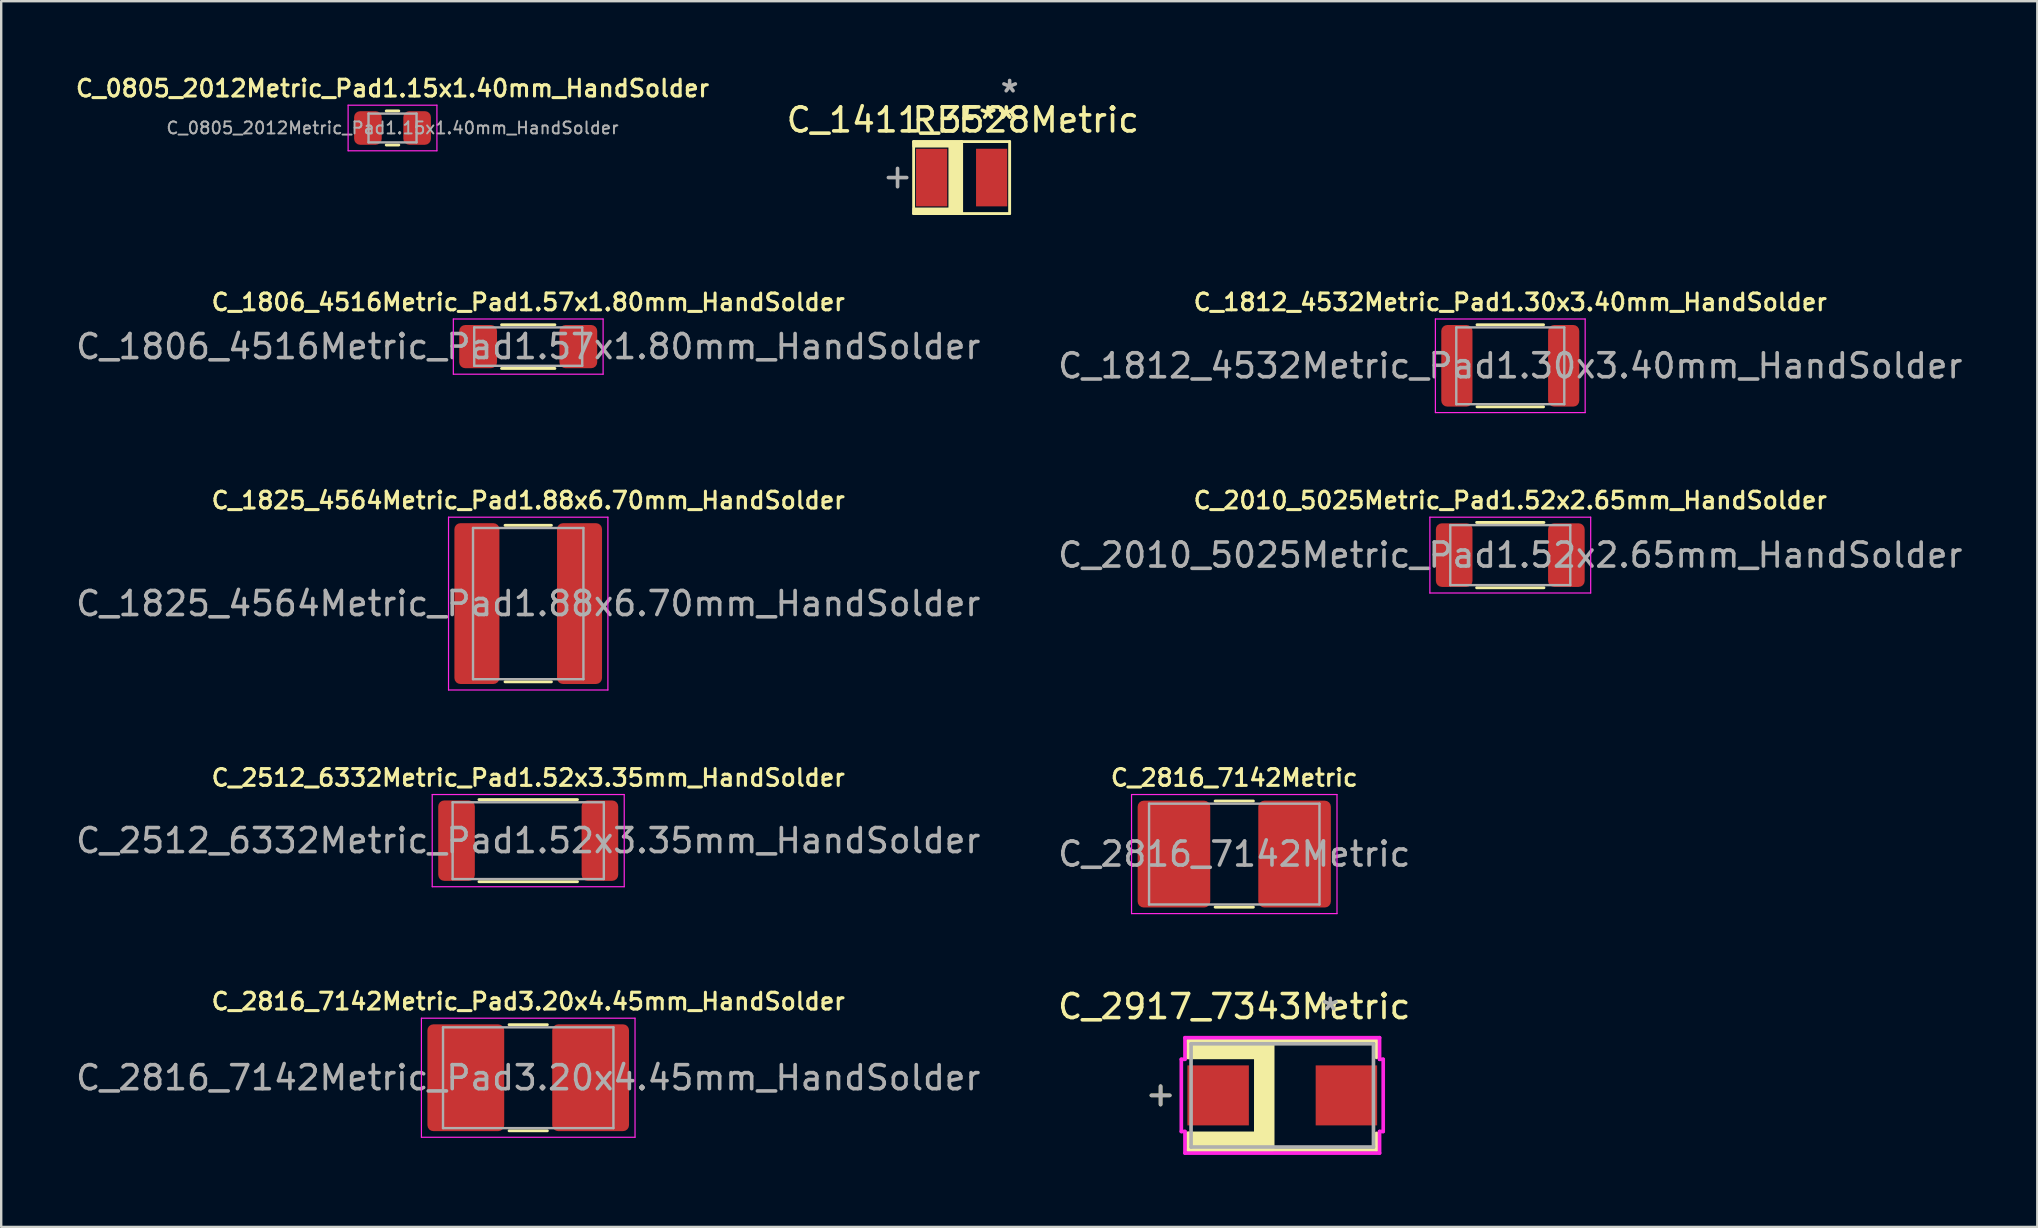
<source format=kicad_pcb>
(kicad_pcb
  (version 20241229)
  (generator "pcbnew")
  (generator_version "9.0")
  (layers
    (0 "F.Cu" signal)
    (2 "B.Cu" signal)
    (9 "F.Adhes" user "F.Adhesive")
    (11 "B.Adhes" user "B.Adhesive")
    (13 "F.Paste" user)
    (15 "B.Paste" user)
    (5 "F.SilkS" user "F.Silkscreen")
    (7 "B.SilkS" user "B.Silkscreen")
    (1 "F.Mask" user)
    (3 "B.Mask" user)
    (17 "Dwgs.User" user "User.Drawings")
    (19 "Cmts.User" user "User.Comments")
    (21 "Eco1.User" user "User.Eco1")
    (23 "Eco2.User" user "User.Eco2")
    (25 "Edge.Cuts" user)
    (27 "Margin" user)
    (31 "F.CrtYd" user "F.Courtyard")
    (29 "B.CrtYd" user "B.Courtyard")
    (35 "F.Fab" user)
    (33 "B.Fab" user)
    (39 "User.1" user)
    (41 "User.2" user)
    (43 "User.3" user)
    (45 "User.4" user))
  (footprint "C_0805_2012Metric_Pad1.15x1.40mm_HandSolder"
    (layer "F.Cu")
    (at 13.304 2.282)
    (property "Reference" "C_0805_2012Metric_Pad1.15x1.40mm_HandSolder" (at 0 -1.65 0) (layer "F.SilkS") (effects (font (size 0.7 0.7) (thickness 0.127))))
    (attr smd)
    (fp_line (start -0.261 -0.71) (end 0.261 -0.71) (stroke (width 0.12) (type solid)) (layer "F.SilkS"))
    (fp_line (start -0.261 0.71) (end 0.261 0.71) (stroke (width 0.12) (type solid)) (layer "F.SilkS"))
    (fp_line (start -1.85 -0.95) (end 1.85 -0.95) (stroke (width 0.05) (type solid)) (layer "F.CrtYd"))
    (fp_line (start -1.85 0.95) (end -1.85 -0.95) (stroke (width 0.05) (type solid)) (layer "F.CrtYd"))
    (fp_line (start 1.85 -0.95) (end 1.85 0.95) (stroke (width 0.05) (type solid)) (layer "F.CrtYd"))
    (fp_line (start 1.85 0.95) (end -1.85 0.95) (stroke (width 0.05) (type solid)) (layer "F.CrtYd"))
    (fp_line (start -1 -0.6) (end 1 -0.6) (stroke (width 0.1) (type solid)) (layer "F.Fab"))
    (fp_line (start -1 0.6) (end -1 -0.6) (stroke (width 0.1) (type solid)) (layer "F.Fab"))
    (fp_line (start 1 -0.6) (end 1 0.6) (stroke (width 0.1) (type solid)) (layer "F.Fab"))
    (fp_line (start 1 0.6) (end -1 0.6) (stroke (width 0.1) (type solid)) (layer "F.Fab"))
    (fp_text user "${REFERENCE}" (at 0 0 0) (layer "F.Fab") (effects (font (size 0.5 0.5) (thickness 0.08))))
    (pad "1" smd roundrect (at -1.025 0) (size 1.15 1.4) (layers "F.Cu" "F.Mask" "F.Paste") (roundrect_rratio 0.217))
    (pad "2" smd roundrect (at 1.025 0) (size 1.15 1.4) (layers "F.Cu" "F.Mask" "F.Paste") (roundrect_rratio 0.217)))
  (footprint "C_1806_4516Metric_Pad1.57x1.80mm_HandSolder"
    (layer "F.Cu")
    (at 18.958 11.391)
    (property "Reference" "C_1806_4516Metric_Pad1.57x1.80mm_HandSolder" (at 0 -1.85 0) (layer "F.SilkS") (effects (font (size 0.7 0.7) (thickness 0.127))))
    (attr smd)
    (fp_line (start -1.111 -0.91) (end 1.111 -0.91) (stroke (width 0.12) (type solid)) (layer "F.SilkS"))
    (fp_line (start -1.111 0.91) (end 1.111 0.91) (stroke (width 0.12) (type solid)) (layer "F.SilkS"))
    (fp_line (start -3.12 -1.15) (end 3.12 -1.15) (stroke (width 0.05) (type solid)) (layer "F.CrtYd"))
    (fp_line (start -3.12 1.15) (end -3.12 -1.15) (stroke (width 0.05) (type solid)) (layer "F.CrtYd"))
    (fp_line (start 3.12 -1.15) (end 3.12 1.15) (stroke (width 0.05) (type solid)) (layer "F.CrtYd"))
    (fp_line (start 3.12 1.15) (end -3.12 1.15) (stroke (width 0.05) (type solid)) (layer "F.CrtYd"))
    (fp_line (start -2.25 -0.8) (end 2.25 -0.8) (stroke (width 0.1) (type solid)) (layer "F.Fab"))
    (fp_line (start -2.25 0.8) (end -2.25 -0.8) (stroke (width 0.1) (type solid)) (layer "F.Fab"))
    (fp_line (start 2.25 -0.8) (end 2.25 0.8) (stroke (width 0.1) (type solid)) (layer "F.Fab"))
    (fp_line (start 2.25 0.8) (end -2.25 0.8) (stroke (width 0.1) (type solid)) (layer "F.Fab"))
    (fp_text user "${REFERENCE}" (at 0 0 0) (layer "F.Fab") (effects (font (size 1 1) (thickness 0.15))))
    (pad "1" smd roundrect (at -2.087 0) (size 1.575 1.8) (layers "F.Cu" "F.Mask" "F.Paste") (roundrect_rratio 0.159))
    (pad "2" smd roundrect (at 2.087 0) (size 1.575 1.8) (layers "F.Cu" "F.Mask" "F.Paste") (roundrect_rratio 0.159)))
  (footprint "C_1825_4564Metric_Pad1.88x6.70mm_HandSolder"
    (layer "F.Cu")
    (at 18.958 22.098)
    (property "Reference" "C_1825_4564Metric_Pad1.88x6.70mm_HandSolder" (at 0 -4.3 0) (layer "F.SilkS") (effects (font (size 0.7 0.7) (thickness 0.127))))
    (attr smd)
    (fp_line (start -0.966 -3.26) (end 0.966 -3.26) (stroke (width 0.12) (type solid)) (layer "F.SilkS"))
    (fp_line (start -0.966 3.26) (end 0.966 3.26) (stroke (width 0.12) (type solid)) (layer "F.SilkS"))
    (fp_line (start -3.32 -3.6) (end 3.32 -3.6) (stroke (width 0.05) (type solid)) (layer "F.CrtYd"))
    (fp_line (start -3.32 3.6) (end -3.32 -3.6) (stroke (width 0.05) (type solid)) (layer "F.CrtYd"))
    (fp_line (start 3.32 -3.6) (end 3.32 3.6) (stroke (width 0.05) (type solid)) (layer "F.CrtYd"))
    (fp_line (start 3.32 3.6) (end -3.32 3.6) (stroke (width 0.05) (type solid)) (layer "F.CrtYd"))
    (fp_line (start -2.3 -3.15) (end 2.3 -3.15) (stroke (width 0.1) (type solid)) (layer "F.Fab"))
    (fp_line (start -2.3 3.15) (end -2.3 -3.15) (stroke (width 0.1) (type solid)) (layer "F.Fab"))
    (fp_line (start 2.3 -3.15) (end 2.3 3.15) (stroke (width 0.1) (type solid)) (layer "F.Fab"))
    (fp_line (start 2.3 3.15) (end -2.3 3.15) (stroke (width 0.1) (type solid)) (layer "F.Fab"))
    (fp_text user "${REFERENCE}" (at 0 0 0) (layer "F.Fab") (effects (font (size 1 1) (thickness 0.15))))
    (pad "1" smd roundrect (at -2.138 0) (size 1.875 6.7) (layers "F.Cu" "F.Mask" "F.Paste") (roundrect_rratio 0.133))
    (pad "2" smd roundrect (at 2.138 0) (size 1.875 6.7) (layers "F.Cu" "F.Mask" "F.Paste") (roundrect_rratio 0.133)))
  (footprint "C_2010_5025Metric_Pad1.52x2.65mm_HandSolder"
    (layer "F.Cu")
    (at 59.875 20.078)
    (property "Reference" "C_2010_5025Metric_Pad1.52x2.65mm_HandSolder" (at 0 -2.28 0) (layer "F.SilkS") (effects (font (size 0.7 0.7) (thickness 0.127))))
    (attr smd)
    (fp_line (start -1.402 -1.36) (end 1.402 -1.36) (stroke (width 0.12) (type solid)) (layer "F.SilkS"))
    (fp_line (start -1.402 1.36) (end 1.402 1.36) (stroke (width 0.12) (type solid)) (layer "F.SilkS"))
    (fp_line (start -3.35 -1.58) (end 3.35 -1.58) (stroke (width 0.05) (type solid)) (layer "F.CrtYd"))
    (fp_line (start -3.35 1.58) (end -3.35 -1.58) (stroke (width 0.05) (type solid)) (layer "F.CrtYd"))
    (fp_line (start 3.35 -1.58) (end 3.35 1.58) (stroke (width 0.05) (type solid)) (layer "F.CrtYd"))
    (fp_line (start 3.35 1.58) (end -3.35 1.58) (stroke (width 0.05) (type solid)) (layer "F.CrtYd"))
    (fp_line (start -2.5 -1.25) (end 2.5 -1.25) (stroke (width 0.1) (type solid)) (layer "F.Fab"))
    (fp_line (start -2.5 1.25) (end -2.5 -1.25) (stroke (width 0.1) (type solid)) (layer "F.Fab"))
    (fp_line (start 2.5 -1.25) (end 2.5 1.25) (stroke (width 0.1) (type solid)) (layer "F.Fab"))
    (fp_line (start 2.5 1.25) (end -2.5 1.25) (stroke (width 0.1) (type solid)) (layer "F.Fab"))
    (fp_text user "${REFERENCE}" (at 0 0 0) (layer "F.Fab") (effects (font (size 1 1) (thickness 0.15))))
    (pad "1" smd roundrect (at -2.337 0) (size 1.525 2.65) (layers "F.Cu" "F.Mask" "F.Paste") (roundrect_rratio 0.164))
    (pad "2" smd roundrect (at 2.337 0) (size 1.525 2.65) (layers "F.Cu" "F.Mask" "F.Paste") (roundrect_rratio 0.164)))
  (footprint "C_2816_7142Metric_Pad3.20x4.45mm_HandSolder"
    (layer "F.Cu")
    (at 18.958 41.853)
    (property "Reference" "C_2816_7142Metric_Pad3.20x4.45mm_HandSolder" (at 0 -3.18 0) (layer "F.SilkS") (effects (font (size 0.7 0.7) (thickness 0.127))))
    (attr smd)
    (fp_line (start -0.797 -2.21) (end 0.797 -2.21) (stroke (width 0.12) (type solid)) (layer "F.SilkS"))
    (fp_line (start -0.797 2.21) (end 0.797 2.21) (stroke (width 0.12) (type solid)) (layer "F.SilkS"))
    (fp_line (start -4.45 -2.48) (end 4.45 -2.48) (stroke (width 0.05) (type solid)) (layer "F.CrtYd"))
    (fp_line (start -4.45 2.48) (end -4.45 -2.48) (stroke (width 0.05) (type solid)) (layer "F.CrtYd"))
    (fp_line (start 4.45 -2.48) (end 4.45 2.48) (stroke (width 0.05) (type solid)) (layer "F.CrtYd"))
    (fp_line (start 4.45 2.48) (end -4.45 2.48) (stroke (width 0.05) (type solid)) (layer "F.CrtYd"))
    (fp_line (start -3.55 -2.1) (end 3.55 -2.1) (stroke (width 0.1) (type solid)) (layer "F.Fab"))
    (fp_line (start -3.55 2.1) (end -3.55 -2.1) (stroke (width 0.1) (type solid)) (layer "F.Fab"))
    (fp_line (start 3.55 -2.1) (end 3.55 2.1) (stroke (width 0.1) (type solid)) (layer "F.Fab"))
    (fp_line (start 3.55 2.1) (end -3.55 2.1) (stroke (width 0.1) (type solid)) (layer "F.Fab"))
    (fp_text user "${REFERENCE}" (at 0 0 0) (layer "F.Fab") (effects (font (size 1 1) (thickness 0.15))))
    (pad "1" smd roundrect (at -2.6 0) (size 3.2 4.45) (layers "F.Cu" "F.Mask" "F.Paste") (roundrect_rratio 0.078))
    (pad "2" smd roundrect (at 2.6 0) (size 3.2 4.45) (layers "F.Cu" "F.Mask" "F.Paste") (roundrect_rratio 0.078)))
  (footprint "C_1411_3528Metric"
    (layer "F.Cu")
    (at 37.016 4.348)
    (property "Reference" "C_1411_3528Metric" (at 0.05 -2.4 0) (layer "F.SilkS") (effects (font (size 1 1) (thickness 0.15))))
    (attr through_hole)
    (fp_line (start -2 -1.5) (end -2 1.5) (stroke (width 0.12) (type solid)) (layer "F.SilkS"))
    (fp_line (start -2 1.5) (end 0 1.5) (stroke (width 0.12) (type solid)) (layer "F.SilkS"))
    (fp_line (start 0 1.5) (end 0 -1.5) (stroke (width 0.12) (type solid)) (layer "F.SilkS"))
    (fp_line (start 0 1.5) (end 2 1.5) (stroke (width 0.12) (type solid)) (layer "F.SilkS"))
    (fp_line (start 2 -1.5) (end -2 -1.5) (stroke (width 0.12) (type solid)) (layer "F.SilkS"))
    (fp_line (start 2 1.5) (end 2 -1.5) (stroke (width 0.12) (type solid)) (layer "F.SilkS"))
    (fp_poly (pts (xy -2 1.3) (xy -0.5 1.3) (xy -0.5 -1.3) (xy -2 -1.3) (xy -2 -1.5) (xy 0 -1.5) (xy 0 1.5) (xy -2 1.5)) (stroke (width 0.1) (type solid)) (fill yes) (layer "F.SilkS"))
    (fp_line (start -2.67 -0.381) (end -2.67 0.381) (stroke (width 0.152) (type solid)) (layer "F.Fab"))
    (fp_line (start -2.289 0) (end -3.051 0) (stroke (width 0.152) (type solid)) (layer "F.Fab"))
    (fp_text user "REF**" (at 0.1 -2.4 0) (layer "F.SilkS") (effects (font (size 1 1) (thickness 0.15))))
    (fp_text user "Copyright 2016 Accelerated Designs. All rights reserved." (at 0 0 0) (layer "Cmts.User") (effects (font (size 0.127 0.127) (thickness 0.002))))
    (fp_text user "*" (at 2 -3.5 0) (layer "F.Fab") (effects (font (size 1 1) (thickness 0.15))))
    (pad "1" smd rect (at -1.25 0 90) (size 2.4 1.3) (layers "F.Cu" "F.Mask" "F.Paste"))
    (pad "2" smd rect (at 1.25 0 90) (size 2.4 1.3) (layers "F.Cu" "F.Mask" "F.Paste")))
  (footprint "C_2512_6332Metric_Pad1.52x3.35mm_HandSolder"
    (layer "F.Cu")
    (at 18.958 31.975)
    (property "Reference" "C_2512_6332Metric_Pad1.52x3.35mm_HandSolder" (at 0 -2.62 0) (layer "F.SilkS") (effects (font (size 0.7 0.7) (thickness 0.127))))
    (attr smd)
    (fp_line (start -2.052 -1.71) (end 2.052 -1.71) (stroke (width 0.12) (type solid)) (layer "F.SilkS"))
    (fp_line (start -2.052 1.71) (end 2.052 1.71) (stroke (width 0.12) (type solid)) (layer "F.SilkS"))
    (fp_line (start -4 -1.92) (end 4 -1.92) (stroke (width 0.05) (type solid)) (layer "F.CrtYd"))
    (fp_line (start -4 1.92) (end -4 -1.92) (stroke (width 0.05) (type solid)) (layer "F.CrtYd"))
    (fp_line (start 4 -1.92) (end 4 1.92) (stroke (width 0.05) (type solid)) (layer "F.CrtYd"))
    (fp_line (start 4 1.92) (end -4 1.92) (stroke (width 0.05) (type solid)) (layer "F.CrtYd"))
    (fp_line (start -3.15 -1.6) (end 3.15 -1.6) (stroke (width 0.1) (type solid)) (layer "F.Fab"))
    (fp_line (start -3.15 1.6) (end -3.15 -1.6) (stroke (width 0.1) (type solid)) (layer "F.Fab"))
    (fp_line (start 3.15 -1.6) (end 3.15 1.6) (stroke (width 0.1) (type solid)) (layer "F.Fab"))
    (fp_line (start 3.15 1.6) (end -3.15 1.6) (stroke (width 0.1) (type solid)) (layer "F.Fab"))
    (fp_text user "${REFERENCE}" (at 0 0 0) (layer "F.Fab") (effects (font (size 1 1) (thickness 0.15))))
    (pad "1" smd roundrect (at -2.987 0) (size 1.525 3.35) (layers "F.Cu" "F.Mask" "F.Paste") (roundrect_rratio 0.164))
    (pad "2" smd roundrect (at 2.987 0) (size 1.525 3.35) (layers "F.Cu" "F.Mask" "F.Paste") (roundrect_rratio 0.164)))
  (footprint "C_2816_7142Metric"
    (layer "F.Cu")
    (at 48.375 32.535)
    (property "Reference" "C_2816_7142Metric" (at 0 -3.18 0) (layer "F.SilkS") (effects (font (size 0.7 0.7) (thickness 0.127))))
    (attr smd)
    (fp_line (start -0.797 -2.21) (end 0.797 -2.21) (stroke (width 0.12) (type solid)) (layer "F.SilkS"))
    (fp_line (start -0.797 2.21) (end 0.797 2.21) (stroke (width 0.12) (type solid)) (layer "F.SilkS"))
    (fp_line (start -4.28 -2.48) (end 4.28 -2.48) (stroke (width 0.05) (type solid)) (layer "F.CrtYd"))
    (fp_line (start -4.28 2.48) (end -4.28 -2.48) (stroke (width 0.05) (type solid)) (layer "F.CrtYd"))
    (fp_line (start 4.28 -2.48) (end 4.28 2.48) (stroke (width 0.05) (type solid)) (layer "F.CrtYd"))
    (fp_line (start 4.28 2.48) (end -4.28 2.48) (stroke (width 0.05) (type solid)) (layer "F.CrtYd"))
    (fp_line (start -3.55 -2.1) (end 3.55 -2.1) (stroke (width 0.1) (type solid)) (layer "F.Fab"))
    (fp_line (start -3.55 2.1) (end -3.55 -2.1) (stroke (width 0.1) (type solid)) (layer "F.Fab"))
    (fp_line (start 3.55 -2.1) (end 3.55 2.1) (stroke (width 0.1) (type solid)) (layer "F.Fab"))
    (fp_line (start 3.55 2.1) (end -3.55 2.1) (stroke (width 0.1) (type solid)) (layer "F.Fab"))
    (fp_text user "${REFERENCE}" (at 0 0 0) (layer "F.Fab") (effects (font (size 1 1) (thickness 0.15))))
    (pad "1" smd roundrect (at -2.513 0) (size 3.025 4.45) (layers "F.Cu" "F.Mask" "F.Paste") (roundrect_rratio 0.083))
    (pad "2" smd roundrect (at 2.513 0) (size 3.025 4.45) (layers "F.Cu" "F.Mask" "F.Paste") (roundrect_rratio 0.083)))
  (footprint "C_2917_7343Metric"
    (layer "F.Cu")
    (at 50.375 42.589)
    (property "Reference" "C_2917_7343Metric" (at -2 -3.7 0) (layer "F.SilkS") (effects (font (size 1 1) (thickness 0.15))))
    (attr through_hole)
    (fp_line (start -5.07 -0.381) (end -5.07 0.381) (stroke (width 0.152) (type solid)) (layer "F.SilkS"))
    (fp_line (start -4.689 0) (end -5.451 0) (stroke (width 0.152) (type solid)) (layer "F.SilkS"))
    (fp_line (start -3.927 -2.277) (end -3.927 -1.583) (stroke (width 0.152) (type solid)) (layer "F.SilkS"))
    (fp_line (start -3.927 -1.583) (end -1.1 -1.583) (stroke (width 0.152) (type solid)) (layer "F.SilkS"))
    (fp_line (start -3.927 1.583) (end -3.927 2.277) (stroke (width 0.152) (type solid)) (layer "F.SilkS"))
    (fp_line (start -3.927 2.277) (end 3.927 2.277) (stroke (width 0.152) (type solid)) (layer "F.SilkS"))
    (fp_line (start -1.127 1.583) (end -3.927 1.583) (stroke (width 0.152) (type solid)) (layer "F.SilkS"))
    (fp_line (start -1.1 -1.583) (end -1.1 1.6) (stroke (width 0.152) (type solid)) (layer "F.SilkS"))
    (fp_line (start -0.4 -2.2) (end -0.4 2.2) (stroke (width 0.152) (type solid)) (layer "F.SilkS"))
    (fp_line (start 3.927 -2.277) (end -3.927 -2.277) (stroke (width 0.152) (type solid)) (layer "F.SilkS"))
    (fp_line (start 3.927 -1.583) (end 3.927 -2.277) (stroke (width 0.152) (type solid)) (layer "F.SilkS"))
    (fp_line (start 3.927 2.277) (end 3.927 1.583) (stroke (width 0.152) (type solid)) (layer "F.SilkS"))
    (fp_poly (pts (xy -3.9 1.6) (xy -1.127 1.583) (xy -1.1 -1.583) (xy -3.9 -1.6) (xy -3.927 -2.277) (xy -0.4 -2.3) (xy -0.4 2.3) (xy -3.9 2.3) (xy -3.927 1.583)) (stroke (width 0.1) (type solid)) (fill yes) (layer "F.SilkS"))
    (fp_line (start -4.206 -1.504) (end -4.054 -1.504) (stroke (width 0.152) (type solid)) (layer "F.CrtYd"))
    (fp_line (start -4.206 1.504) (end -4.206 -1.504) (stroke (width 0.152) (type solid)) (layer "F.CrtYd"))
    (fp_line (start -4.054 -2.404) (end 4.054 -2.404) (stroke (width 0.152) (type solid)) (layer "F.CrtYd"))
    (fp_line (start -4.054 -1.504) (end -4.054 -2.404) (stroke (width 0.152) (type solid)) (layer "F.CrtYd"))
    (fp_line (start -4.054 1.504) (end -4.206 1.504) (stroke (width 0.152) (type solid)) (layer "F.CrtYd"))
    (fp_line (start -4.054 2.404) (end -4.054 1.504) (stroke (width 0.152) (type solid)) (layer "F.CrtYd"))
    (fp_line (start 4.054 -2.404) (end 4.054 -1.504) (stroke (width 0.152) (type solid)) (layer "F.CrtYd"))
    (fp_line (start 4.054 -1.504) (end 4.206 -1.504) (stroke (width 0.152) (type solid)) (layer "F.CrtYd"))
    (fp_line (start 4.054 1.504) (end 4.054 2.404) (stroke (width 0.152) (type solid)) (layer "F.CrtYd"))
    (fp_line (start 4.054 2.404) (end -4.054 2.404) (stroke (width 0.152) (type solid)) (layer "F.CrtYd"))
    (fp_line (start 4.206 -1.504) (end 4.206 1.504) (stroke (width 0.152) (type solid)) (layer "F.CrtYd"))
    (fp_line (start 4.206 1.504) (end 4.054 1.504) (stroke (width 0.152) (type solid)) (layer "F.CrtYd"))
    (fp_line (start -5.07 -0.381) (end -5.07 0.381) (stroke (width 0.152) (type solid)) (layer "F.Fab"))
    (fp_line (start -4.689 0) (end -5.451 0) (stroke (width 0.152) (type solid)) (layer "F.Fab"))
    (fp_line (start -3.8 -2.15) (end -3.8 2.15) (stroke (width 0.152) (type solid)) (layer "F.Fab"))
    (fp_line (start -3.8 2.15) (end 3.8 2.15) (stroke (width 0.152) (type solid)) (layer "F.Fab"))
    (fp_line (start 3.8 -2.15) (end -3.8 -2.15) (stroke (width 0.152) (type solid)) (layer "F.Fab"))
    (fp_line (start 3.8 2.15) (end 3.8 -2.15) (stroke (width 0.152) (type solid)) (layer "F.Fab"))
    (fp_text user "Copyright 2016 Accelerated Designs. All rights reserved." (at 0 0 0) (layer "Cmts.User") (effects (font (size 0.127 0.127) (thickness 0.002))))
    (fp_text user "*" (at 2 -3.5 0) (layer "F.Fab") (effects (font (size 1 1) (thickness 0.15))))
    (pad "1" smd rect (at -2.672 0 90) (size 2.5 2.56) (layers "F.Cu" "F.Mask" "F.Paste"))
    (pad "2" smd rect (at 2.672 0 90) (size 2.5 2.56) (layers "F.Cu" "F.Mask" "F.Paste")))
  (footprint "C_1812_4532Metric_Pad1.30x3.40mm_HandSolder"
    (layer "F.Cu")
    (at 59.875 12.191)
    (property "Reference" "C_1812_4532Metric_Pad1.30x3.40mm_HandSolder" (at 0 -2.65 0) (layer "F.SilkS") (effects (font (size 0.7 0.7) (thickness 0.127))))
    (attr smd)
    (fp_line (start -1.386 -1.71) (end 1.386 -1.71) (stroke (width 0.12) (type solid)) (layer "F.SilkS"))
    (fp_line (start -1.386 1.71) (end 1.386 1.71) (stroke (width 0.12) (type solid)) (layer "F.SilkS"))
    (fp_line (start -3.12 -1.95) (end 3.12 -1.95) (stroke (width 0.05) (type solid)) (layer "F.CrtYd"))
    (fp_line (start -3.12 1.95) (end -3.12 -1.95) (stroke (width 0.05) (type solid)) (layer "F.CrtYd"))
    (fp_line (start 3.12 -1.95) (end 3.12 1.95) (stroke (width 0.05) (type solid)) (layer "F.CrtYd"))
    (fp_line (start 3.12 1.95) (end -3.12 1.95) (stroke (width 0.05) (type solid)) (layer "F.CrtYd"))
    (fp_line (start -2.25 -1.6) (end 2.25 -1.6) (stroke (width 0.1) (type solid)) (layer "F.Fab"))
    (fp_line (start -2.25 1.6) (end -2.25 -1.6) (stroke (width 0.1) (type solid)) (layer "F.Fab"))
    (fp_line (start 2.25 -1.6) (end 2.25 1.6) (stroke (width 0.1) (type solid)) (layer "F.Fab"))
    (fp_line (start 2.25 1.6) (end -2.25 1.6) (stroke (width 0.1) (type solid)) (layer "F.Fab"))
    (fp_text user "${REFERENCE}" (at 0 0 0) (layer "F.Fab") (effects (font (size 1 1) (thickness 0.15))))
    (pad "1" smd roundrect (at -2.225 0) (size 1.3 3.4) (layers "F.Cu" "F.Mask" "F.Paste") (roundrect_rratio 0.192))
    (pad "2" smd roundrect (at 2.225 0) (size 1.3 3.4) (layers "F.Cu" "F.Mask" "F.Paste") (roundrect_rratio 0.192)))
  (gr_rect
    (start -3 -3)
    (end 81.833 48.069)
    (stroke (width 0.1) (type default))
    (fill no)
    (layer "Edge.Cuts")))
</source>
